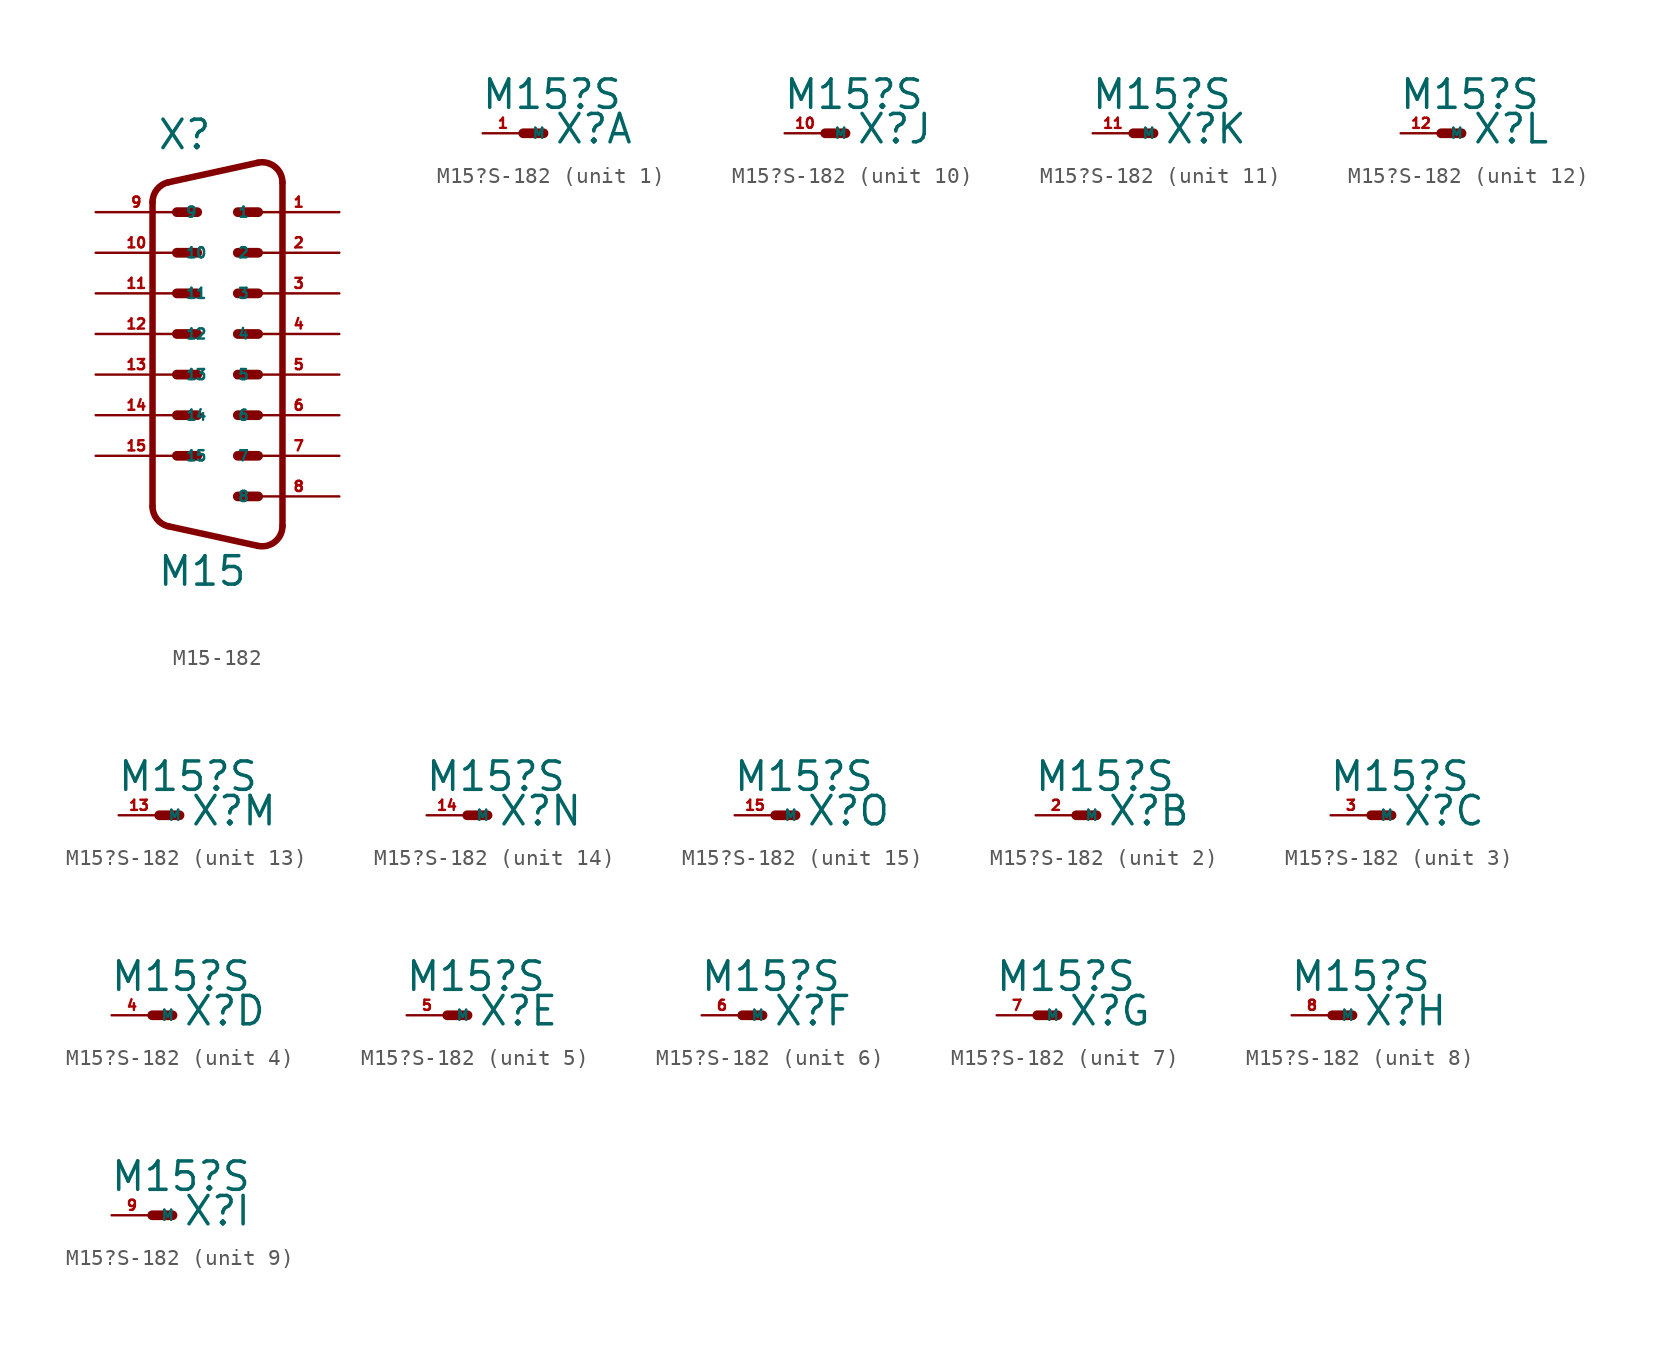
<source format=kicad_sym>
(kicad_symbol_lib
  (version 20220914)
  (generator Eagle2Kicad)
  (symbol "M15-182"
    (property "Reference" "X"
      (at -3.81 11.43 0)
      (effects (font (size 1.778 1.778) (thickness 0.22)) (justify left bottom)))
    (property "Value" "M15"
      (at -3.81 -15.875 0)
      (effects (font (size 1.778 1.778) (thickness 0.22)) (justify left bottom)))
    (polyline
      (pts (xy -2.54 7.62) (xy -1.27 7.62))
      (stroke (width 0.61) (type default))
      (fill (type none)))
    (polyline
      (pts (xy 1.27 7.62) (xy 2.54 7.62))
      (stroke (width 0.61) (type default))
      (fill (type none)))
    (polyline
      (pts (xy 1.27 5.08) (xy 2.54 5.08))
      (stroke (width 0.61) (type default))
      (fill (type none)))
    (polyline
      (pts (xy -2.54 5.08) (xy -1.27 5.08))
      (stroke (width 0.61) (type default))
      (fill (type none)))
    (polyline
      (pts (xy -2.54 2.54) (xy -1.27 2.54))
      (stroke (width 0.61) (type default))
      (fill (type none)))
    (polyline
      (pts (xy 1.27 2.54) (xy 2.54 2.54))
      (stroke (width 0.61) (type default))
      (fill (type none)))
    (polyline
      (pts (xy -2.54 0) (xy -1.27 0))
      (stroke (width 0.61) (type default))
      (fill (type none)))
    (polyline
      (pts (xy -2.54 -2.54) (xy -1.27 -2.54))
      (stroke (width 0.61) (type default))
      (fill (type none)))
    (polyline
      (pts (xy 1.27 0) (xy 2.54 0))
      (stroke (width 0.61) (type default))
      (fill (type none)))
    (polyline
      (pts (xy 1.27 -2.54) (xy 2.54 -2.54))
      (stroke (width 0.61) (type default))
      (fill (type none)))
    (polyline
      (pts (xy -2.54 -5.08) (xy -1.27 -5.08))
      (stroke (width 0.61) (type default))
      (fill (type none)))
    (polyline
      (pts (xy -2.54 -7.62) (xy -1.27 -7.62))
      (stroke (width 0.61) (type default))
      (fill (type none)))
    (polyline
      (pts (xy 1.27 -5.08) (xy 2.54 -5.08))
      (stroke (width 0.61) (type default))
      (fill (type none)))
    (polyline
      (pts (xy 1.27 -10.16) (xy 2.54 -10.16))
      (stroke (width 0.61) (type default))
      (fill (type none)))
    (polyline
      (pts (xy 1.27 -7.62) (xy 2.54 -7.62))
      (stroke (width 0.61) (type default))
      (fill (type none)))
    (arc
      (start 2.5226 -13.2518)
      (mid 3.590 -13.000)
      (end 4.0637 -12.0112)
      (stroke (width 0.4064) (type default))
      (fill (type none)))
    (polyline
      (pts (xy 2.523 -13.252) (xy -3.065 -12.029))
      (stroke (width 0.406) (type default))
      (fill (type none)))
    (arc
      (start -4.064 -10.7888)
      (mid -3.783 -11.585)
      (end -3.0654 -12.0294)
      (stroke (width 0.4064) (type default))
      (fill (type none)))
    (polyline
      (pts (xy -4.064 8.249) (xy -4.064 -10.789))
      (stroke (width 0.406) (type default))
      (fill (type none)))
    (arc
      (start -3.0654 9.4894)
      (mid -3.783 9.045)
      (end -4.064 8.2488)
      (stroke (width 0.4064) (type default))
      (fill (type none)))
    (polyline
      (pts (xy 4.064 9.471) (xy 4.064 -12.011))
      (stroke (width 0.406) (type default))
      (fill (type none)))
    (polyline
      (pts (xy 2.523 10.712) (xy -3.065 9.489))
      (stroke (width 0.406) (type default))
      (fill (type none)))
    (arc
      (start 4.064 9.4712)
      (mid 3.590 10.461)
      (end 2.5226 10.7119)
      (stroke (width 0.4064) (type default))
      (fill (type none)))
    (pin passive line
      (at 7.62 7.62 180)
      (length 5.08)
      (name "1" (effects (font (size 0.635 0.635) (thickness 0.08)) (justify left bottom)))
      (number "1" (effects (font (size 0.635 0.635) (thickness 0.08)) (justify left bottom))))
    (pin passive line
      (at -7.62 7.62 0)
      (length 5.08)
      (name "9" (effects (font (size 0.635 0.635) (thickness 0.08)) (justify left bottom)))
      (number "9" (effects (font (size 0.635 0.635) (thickness 0.08)) (justify left bottom))))
    (pin passive line
      (at 7.62 5.08 180)
      (length 5.08)
      (name "2" (effects (font (size 0.635 0.635) (thickness 0.08)) (justify left bottom)))
      (number "2" (effects (font (size 0.635 0.635) (thickness 0.08)) (justify left bottom))))
    (pin passive line
      (at -7.62 5.08 0)
      (length 5.08)
      (name "10" (effects (font (size 0.635 0.635) (thickness 0.08)) (justify left bottom)))
      (number "10" (effects (font (size 0.635 0.635) (thickness 0.08)) (justify left bottom))))
    (pin passive line
      (at 7.62 2.54 180)
      (length 5.08)
      (name "3" (effects (font (size 0.635 0.635) (thickness 0.08)) (justify left bottom)))
      (number "3" (effects (font (size 0.635 0.635) (thickness 0.08)) (justify left bottom))))
    (pin passive line
      (at -7.62 2.54 0)
      (length 5.08)
      (name "11" (effects (font (size 0.635 0.635) (thickness 0.08)) (justify left bottom)))
      (number "11" (effects (font (size 0.635 0.635) (thickness 0.08)) (justify left bottom))))
    (pin passive line
      (at 7.62 0 180)
      (length 5.08)
      (name "4" (effects (font (size 0.635 0.635) (thickness 0.08)) (justify left bottom)))
      (number "4" (effects (font (size 0.635 0.635) (thickness 0.08)) (justify left bottom))))
    (pin passive line
      (at -7.62 0 0)
      (length 5.08)
      (name "12" (effects (font (size 0.635 0.635) (thickness 0.08)) (justify left bottom)))
      (number "12" (effects (font (size 0.635 0.635) (thickness 0.08)) (justify left bottom))))
    (pin passive line
      (at 7.62 -2.54 180)
      (length 5.08)
      (name "5" (effects (font (size 0.635 0.635) (thickness 0.08)) (justify left bottom)))
      (number "5" (effects (font (size 0.635 0.635) (thickness 0.08)) (justify left bottom))))
    (pin passive line
      (at -7.62 -2.54 0)
      (length 5.08)
      (name "13" (effects (font (size 0.635 0.635) (thickness 0.08)) (justify left bottom)))
      (number "13" (effects (font (size 0.635 0.635) (thickness 0.08)) (justify left bottom))))
    (pin passive line
      (at 7.62 -5.08 180)
      (length 5.08)
      (name "6" (effects (font (size 0.635 0.635) (thickness 0.08)) (justify left bottom)))
      (number "6" (effects (font (size 0.635 0.635) (thickness 0.08)) (justify left bottom))))
    (pin passive line
      (at -7.62 -5.08 0)
      (length 5.08)
      (name "14" (effects (font (size 0.635 0.635) (thickness 0.08)) (justify left bottom)))
      (number "14" (effects (font (size 0.635 0.635) (thickness 0.08)) (justify left bottom))))
    (pin passive line
      (at 7.62 -7.62 180)
      (length 5.08)
      (name "7" (effects (font (size 0.635 0.635) (thickness 0.08)) (justify left bottom)))
      (number "7" (effects (font (size 0.635 0.635) (thickness 0.08)) (justify left bottom))))
    (pin passive line
      (at -7.62 -7.62 0)
      (length 5.08)
      (name "15" (effects (font (size 0.635 0.635) (thickness 0.08)) (justify left bottom)))
      (number "15" (effects (font (size 0.635 0.635) (thickness 0.08)) (justify left bottom))))
    (pin passive line
      (at 7.62 -10.16 180)
      (length 5.08)
      (name "8" (effects (font (size 0.635 0.635) (thickness 0.08)) (justify left bottom)))
      (number "8" (effects (font (size 0.635 0.635) (thickness 0.08)) (justify left bottom)))))
  (symbol "M15?S-182"
    (property "Reference" "X"
      (at 1.905 -0.762 0)
      (effects (font (size 1.778 1.778) (thickness 0.22)) (justify left bottom)))
    (property "Value" "M15?S"
      (at -2.667 1.397 0)
      (effects (font (size 1.778 1.778) (thickness 0.22)) (justify left bottom)))
    (symbol "M15?S-182_1_0"
      (polyline (pts (xy 0 0) (xy 1.27 0)) (stroke (width 0.61) (type default)) (fill (type none)))
      (pin passive line (at -2.54 0 0) (length 2.54) (name "M" (effects (font (size 0.635 0.635) (thickness 0.08)) (justify left bottom))) (number "1" (effects (font (size 0.635 0.635) (thickness 0.08)) (justify left bottom)))))
    (symbol "M15?S-182_2_0"
      (polyline (pts (xy 0 0) (xy 1.27 0)) (stroke (width 0.61) (type default)) (fill (type none)))
      (pin passive line (at -2.54 0 0) (length 2.54) (name "M" (effects (font (size 0.635 0.635) (thickness 0.08)) (justify left bottom))) (number "2" (effects (font (size 0.635 0.635) (thickness 0.08)) (justify left bottom)))))
    (symbol "M15?S-182_3_0"
      (polyline (pts (xy 0 0) (xy 1.27 0)) (stroke (width 0.61) (type default)) (fill (type none)))
      (pin passive line (at -2.54 0 0) (length 2.54) (name "M" (effects (font (size 0.635 0.635) (thickness 0.08)) (justify left bottom))) (number "3" (effects (font (size 0.635 0.635) (thickness 0.08)) (justify left bottom)))))
    (symbol "M15?S-182_4_0"
      (polyline (pts (xy 0 0) (xy 1.27 0)) (stroke (width 0.61) (type default)) (fill (type none)))
      (pin passive line (at -2.54 0 0) (length 2.54) (name "M" (effects (font (size 0.635 0.635) (thickness 0.08)) (justify left bottom))) (number "4" (effects (font (size 0.635 0.635) (thickness 0.08)) (justify left bottom)))))
    (symbol "M15?S-182_5_0"
      (polyline (pts (xy 0 0) (xy 1.27 0)) (stroke (width 0.61) (type default)) (fill (type none)))
      (pin passive line (at -2.54 0 0) (length 2.54) (name "M" (effects (font (size 0.635 0.635) (thickness 0.08)) (justify left bottom))) (number "5" (effects (font (size 0.635 0.635) (thickness 0.08)) (justify left bottom)))))
    (symbol "M15?S-182_6_0"
      (polyline (pts (xy 0 0) (xy 1.27 0)) (stroke (width 0.61) (type default)) (fill (type none)))
      (pin passive line (at -2.54 0 0) (length 2.54) (name "M" (effects (font (size 0.635 0.635) (thickness 0.08)) (justify left bottom))) (number "6" (effects (font (size 0.635 0.635) (thickness 0.08)) (justify left bottom)))))
    (symbol "M15?S-182_7_0"
      (polyline (pts (xy 0 0) (xy 1.27 0)) (stroke (width 0.61) (type default)) (fill (type none)))
      (pin passive line (at -2.54 0 0) (length 2.54) (name "M" (effects (font (size 0.635 0.635) (thickness 0.08)) (justify left bottom))) (number "7" (effects (font (size 0.635 0.635) (thickness 0.08)) (justify left bottom)))))
    (symbol "M15?S-182_8_0"
      (polyline (pts (xy 0 0) (xy 1.27 0)) (stroke (width 0.61) (type default)) (fill (type none)))
      (pin passive line (at -2.54 0 0) (length 2.54) (name "M" (effects (font (size 0.635 0.635) (thickness 0.08)) (justify left bottom))) (number "8" (effects (font (size 0.635 0.635) (thickness 0.08)) (justify left bottom)))))
    (symbol "M15?S-182_9_0"
      (polyline (pts (xy 0 0) (xy 1.27 0)) (stroke (width 0.61) (type default)) (fill (type none)))
      (pin passive line (at -2.54 0 0) (length 2.54) (name "M" (effects (font (size 0.635 0.635) (thickness 0.08)) (justify left bottom))) (number "9" (effects (font (size 0.635 0.635) (thickness 0.08)) (justify left bottom)))))
    (symbol "M15?S-182_10_0"
      (polyline (pts (xy 0 0) (xy 1.27 0)) (stroke (width 0.61) (type default)) (fill (type none)))
      (pin passive line (at -2.54 0 0) (length 2.54) (name "M" (effects (font (size 0.635 0.635) (thickness 0.08)) (justify left bottom))) (number "10" (effects (font (size 0.635 0.635) (thickness 0.08)) (justify left bottom)))))
    (symbol "M15?S-182_11_0"
      (polyline (pts (xy 0 0) (xy 1.27 0)) (stroke (width 0.61) (type default)) (fill (type none)))
      (pin passive line (at -2.54 0 0) (length 2.54) (name "M" (effects (font (size 0.635 0.635) (thickness 0.08)) (justify left bottom))) (number "11" (effects (font (size 0.635 0.635) (thickness 0.08)) (justify left bottom)))))
    (symbol "M15?S-182_12_0"
      (polyline (pts (xy 0 0) (xy 1.27 0)) (stroke (width 0.61) (type default)) (fill (type none)))
      (pin passive line (at -2.54 0 0) (length 2.54) (name "M" (effects (font (size 0.635 0.635) (thickness 0.08)) (justify left bottom))) (number "12" (effects (font (size 0.635 0.635) (thickness 0.08)) (justify left bottom)))))
    (symbol "M15?S-182_13_0"
      (polyline (pts (xy 0 0) (xy 1.27 0)) (stroke (width 0.61) (type default)) (fill (type none)))
      (pin passive line (at -2.54 0 0) (length 2.54) (name "M" (effects (font (size 0.635 0.635) (thickness 0.08)) (justify left bottom))) (number "13" (effects (font (size 0.635 0.635) (thickness 0.08)) (justify left bottom)))))
    (symbol "M15?S-182_14_0"
      (polyline (pts (xy 0 0) (xy 1.27 0)) (stroke (width 0.61) (type default)) (fill (type none)))
      (pin passive line (at -2.54 0 0) (length 2.54) (name "M" (effects (font (size 0.635 0.635) (thickness 0.08)) (justify left bottom))) (number "14" (effects (font (size 0.635 0.635) (thickness 0.08)) (justify left bottom)))))
    (symbol "M15?S-182_15_0"
      (polyline (pts (xy 0 0) (xy 1.27 0)) (stroke (width 0.61) (type default)) (fill (type none)))
      (pin passive line (at -2.54 0 0) (length 2.54) (name "M" (effects (font (size 0.635 0.635) (thickness 0.08)) (justify left bottom))) (number "15" (effects (font (size 0.635 0.635) (thickness 0.08)) (justify left bottom)))))))
</source>
